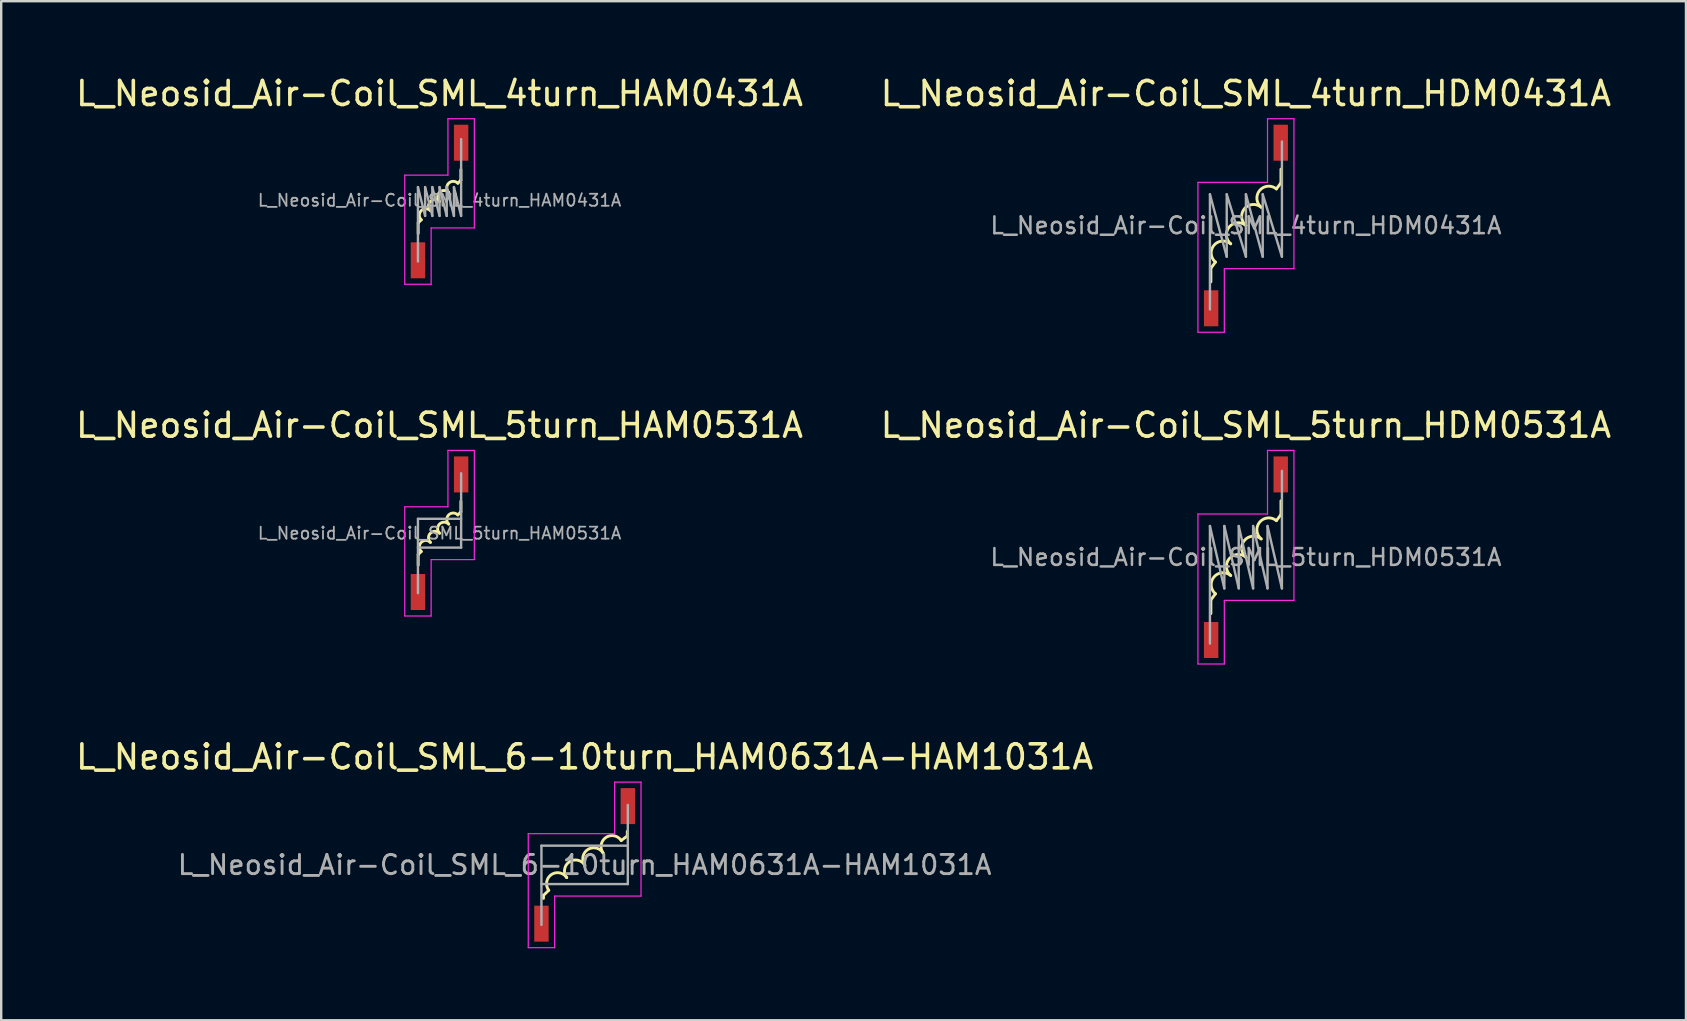
<source format=kicad_pcb>
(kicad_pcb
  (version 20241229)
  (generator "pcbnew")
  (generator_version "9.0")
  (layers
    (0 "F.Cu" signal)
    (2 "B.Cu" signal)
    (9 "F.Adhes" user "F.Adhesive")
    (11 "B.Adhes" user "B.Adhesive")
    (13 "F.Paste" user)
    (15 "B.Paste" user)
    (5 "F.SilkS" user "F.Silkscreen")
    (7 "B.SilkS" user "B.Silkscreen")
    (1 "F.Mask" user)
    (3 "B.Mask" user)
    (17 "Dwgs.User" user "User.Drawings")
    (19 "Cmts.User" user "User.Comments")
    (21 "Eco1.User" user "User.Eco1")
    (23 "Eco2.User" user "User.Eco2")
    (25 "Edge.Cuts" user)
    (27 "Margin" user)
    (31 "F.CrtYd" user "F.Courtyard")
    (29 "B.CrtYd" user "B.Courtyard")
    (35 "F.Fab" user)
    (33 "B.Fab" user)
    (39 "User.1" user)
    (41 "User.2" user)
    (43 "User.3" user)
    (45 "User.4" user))
  (footprint "L_Neosid_Air-Coil_SML_4turn_HDM0431A"
    (layer "F.Cu")
    (at 48.875 6.348)
    (property "Reference" "L_Neosid_Air-Coil_SML_4turn_HDM0431A" (at 0 -5.5 0) (layer "F.SilkS") (effects (font (size 1 1) (thickness 0.15))))
    (attr smd)
    (fp_line (start -1.46 1.778) (end -1.46 2.349) (stroke (width 0.12) (type solid)) (layer "F.SilkS"))
    (fp_line (start -1.27 1.524) (end -1.46 1.778) (stroke (width 0.12) (type solid)) (layer "F.SilkS"))
    (fp_line (start 1.46 -1.778) (end 1.27 -1.524) (stroke (width 0.12) (type solid)) (layer "F.SilkS"))
    (fp_line (start 1.46 -1.778) (end 1.46 -2.349) (stroke (width 0.12) (type solid)) (layer "F.SilkS"))
    (fp_arc (start -1.269998 1.523998) (mid -1.333498 0.8255) (end -0.635 0.762) (stroke (width 0.12) (type solid)) (layer "F.SilkS"))
    (fp_arc (start -0.634998 0.761998) (mid -0.698498 0.0635) (end 0 0) (stroke (width 0.12) (type solid)) (layer "F.SilkS"))
    (fp_arc (start 0.000002 -0.000002) (mid -0.063498 -0.6985) (end 0.635 -0.762) (stroke (width 0.12) (type solid)) (layer "F.SilkS"))
    (fp_arc (start 0.635002 -0.762002) (mid 0.571502 -1.4605) (end 1.27 -1.524) (stroke (width 0.12) (type solid)) (layer "F.SilkS"))
    (fp_line (start -2 -1.8) (end -2 4.45) (stroke (width 0.05) (type solid)) (layer "F.CrtYd"))
    (fp_line (start -2 4.45) (end -0.9 4.45) (stroke (width 0.05) (type solid)) (layer "F.CrtYd"))
    (fp_line (start -0.9 1.8) (end 2 1.8) (stroke (width 0.05) (type solid)) (layer "F.CrtYd"))
    (fp_line (start -0.9 4.45) (end -0.9 1.8) (stroke (width 0.05) (type solid)) (layer "F.CrtYd"))
    (fp_line (start 0.9 -4.45) (end 0.9 -1.8) (stroke (width 0.05) (type solid)) (layer "F.CrtYd"))
    (fp_line (start 0.9 -1.8) (end -2 -1.8) (stroke (width 0.05) (type solid)) (layer "F.CrtYd"))
    (fp_line (start 2 -4.45) (end 0.9 -4.45) (stroke (width 0.05) (type solid)) (layer "F.CrtYd"))
    (fp_line (start 2 1.8) (end 2 -4.45) (stroke (width 0.05) (type solid)) (layer "F.CrtYd"))
    (fp_line (start -1.5 -1.3) (end -0.8 1.3) (stroke (width 0.1) (type solid)) (layer "F.Fab"))
    (fp_line (start -1.5 3.5) (end -1.5 -1.3) (stroke (width 0.1) (type solid)) (layer "F.Fab"))
    (fp_line (start -0.8 -1.3) (end 0 1.3) (stroke (width 0.1) (type solid)) (layer "F.Fab"))
    (fp_line (start -0.8 1.3) (end -0.8 -1.3) (stroke (width 0.1) (type solid)) (layer "F.Fab"))
    (fp_line (start 0 -1.3) (end 0.7 1.3) (stroke (width 0.1) (type solid)) (layer "F.Fab"))
    (fp_line (start 0 1.3) (end 0 -1.3) (stroke (width 0.1) (type solid)) (layer "F.Fab"))
    (fp_line (start 0.7 -1.3) (end 1.5 1.3) (stroke (width 0.1) (type solid)) (layer "F.Fab"))
    (fp_line (start 0.7 1.3) (end 0.7 -1.3) (stroke (width 0.1) (type solid)) (layer "F.Fab"))
    (fp_line (start 1.5 1.3) (end 1.5 -3.5) (stroke (width 0.1) (type solid)) (layer "F.Fab"))
    (fp_text user "${REFERENCE}" (at 0 0 0) (layer "F.Fab") (effects (font (size 0.7 0.7) (thickness 0.105))))
    (pad "1" smd rect (at -1.45 3.45) (size 0.6 1.5) (layers "F.Cu" "F.Mask" "F.Paste"))
    (pad "2" smd rect (at 1.45 -3.45) (size 0.6 1.5) (layers "F.Cu" "F.Mask" "F.Paste")))
  (footprint "L_Neosid_Air-Coil_SML_6-10turn_HAM0631A-HAM1031A"
    (layer "F.Cu")
    (at 21.315 32.995)
    (property "Reference" "L_Neosid_Air-Coil_SML_6-10turn_HAM0631A-HAM1031A" (at 0 -4.5 0) (layer "F.SilkS") (effects (font (size 1 1) (thickness 0.15))))
    (attr smd)
    (fp_line (start -1.714 1.27) (end -1.714 1.397) (stroke (width 0.12) (type solid)) (layer "F.SilkS"))
    (fp_line (start -1.495 1.057) (end -1.714 1.27) (stroke (width 0.12) (type solid)) (layer "F.SilkS"))
    (fp_line (start 1.524 -1.016) (end 1.778 -1.206) (stroke (width 0.12) (type solid)) (layer "F.SilkS"))
    (fp_line (start 1.778 -1.206) (end 1.778 -1.397) (stroke (width 0.12) (type solid)) (layer "F.SilkS"))
    (fp_arc (start -1.494644 1.057486) (mid -1.392794 0.408938) (end -0.747322 0.528743) (stroke (width 0.12) (type solid)) (layer "F.SilkS"))
    (fp_arc (start -0.747322 0.528743) (mid -0.645472 -0.119805) (end 0 0) (stroke (width 0.12) (type solid)) (layer "F.SilkS"))
    (fp_arc (start 0.014678 0.020743) (mid 0.116528 -0.627805) (end 0.762 -0.508) (stroke (width 0.12) (type solid)) (layer "F.SilkS"))
    (fp_arc (start 0.776678 -0.487257) (mid 0.878528 -1.135805) (end 1.524 -1.016) (stroke (width 0.12) (type solid)) (layer "F.SilkS"))
    (fp_line (start -2.35 -1.3) (end -2.35 3.45) (stroke (width 0.05) (type solid)) (layer "F.CrtYd"))
    (fp_line (start -2.35 3.45) (end -1.25 3.45) (stroke (width 0.05) (type solid)) (layer "F.CrtYd"))
    (fp_line (start -1.25 1.3) (end 2.35 1.3) (stroke (width 0.05) (type solid)) (layer "F.CrtYd"))
    (fp_line (start -1.25 3.45) (end -1.25 1.3) (stroke (width 0.05) (type solid)) (layer "F.CrtYd"))
    (fp_line (start 1.25 -3.45) (end 1.25 -1.3) (stroke (width 0.05) (type solid)) (layer "F.CrtYd"))
    (fp_line (start 1.25 -1.3) (end -2.35 -1.3) (stroke (width 0.05) (type solid)) (layer "F.CrtYd"))
    (fp_line (start 2.35 -3.45) (end 1.25 -3.45) (stroke (width 0.05) (type solid)) (layer "F.CrtYd"))
    (fp_line (start 2.35 1.3) (end 2.35 -3.45) (stroke (width 0.05) (type solid)) (layer "F.CrtYd"))
    (fp_line (start -1.8 -0.8) (end -1.8 2.5) (stroke (width 0.1) (type solid)) (layer "F.Fab"))
    (fp_line (start -1.8 -0.8) (end 1.8 -0.8) (stroke (width 0.1) (type solid)) (layer "F.Fab"))
    (fp_line (start 1.8 0.8) (end -1.8 0.8) (stroke (width 0.1) (type solid)) (layer "F.Fab"))
    (fp_line (start 1.8 0.8) (end 1.8 -2.5) (stroke (width 0.1) (type solid)) (layer "F.Fab"))
    (fp_text user "${REFERENCE}" (at 0 0 0) (layer "F.Fab") (effects (font (size 0.8 0.8) (thickness 0.12))))
    (pad "1" smd rect (at -1.8 2.45) (size 0.6 1.5) (layers "F.Cu" "F.Mask" "F.Paste"))
    (pad "2" smd rect (at 1.8 -2.45) (size 0.6 1.5) (layers "F.Cu" "F.Mask" "F.Paste")))
  (footprint "L_Neosid_Air-Coil_SML_5turn_HDM0531A"
    (layer "F.Cu")
    (at 48.875 20.172)
    (property "Reference" "L_Neosid_Air-Coil_SML_5turn_HDM0531A" (at 0 -5.5 0) (layer "F.SilkS") (effects (font (size 1 1) (thickness 0.15))))
    (attr smd)
    (fp_line (start -1.46 1.778) (end -1.46 2.349) (stroke (width 0.12) (type solid)) (layer "F.SilkS"))
    (fp_line (start -1.27 1.524) (end -1.46 1.778) (stroke (width 0.12) (type solid)) (layer "F.SilkS"))
    (fp_line (start 1.46 -1.778) (end 1.27 -1.524) (stroke (width 0.12) (type solid)) (layer "F.SilkS"))
    (fp_line (start 1.46 -1.778) (end 1.46 -2.349) (stroke (width 0.12) (type solid)) (layer "F.SilkS"))
    (fp_arc (start -1.269998 1.523998) (mid -1.333498 0.8255) (end -0.635 0.762) (stroke (width 0.12) (type solid)) (layer "F.SilkS"))
    (fp_arc (start -0.634998 0.761998) (mid -0.698498 0.0635) (end 0 0) (stroke (width 0.12) (type solid)) (layer "F.SilkS"))
    (fp_arc (start 0.000002 -0.000002) (mid -0.063498 -0.6985) (end 0.635 -0.762) (stroke (width 0.12) (type solid)) (layer "F.SilkS"))
    (fp_arc (start 0.635002 -0.762002) (mid 0.571502 -1.4605) (end 1.27 -1.524) (stroke (width 0.12) (type solid)) (layer "F.SilkS"))
    (fp_line (start -2 -1.8) (end -2 4.45) (stroke (width 0.05) (type solid)) (layer "F.CrtYd"))
    (fp_line (start -2 4.45) (end -0.9 4.45) (stroke (width 0.05) (type solid)) (layer "F.CrtYd"))
    (fp_line (start -0.9 1.8) (end 2 1.8) (stroke (width 0.05) (type solid)) (layer "F.CrtYd"))
    (fp_line (start -0.9 4.45) (end -0.9 1.8) (stroke (width 0.05) (type solid)) (layer "F.CrtYd"))
    (fp_line (start 0.9 -4.45) (end 0.9 -1.8) (stroke (width 0.05) (type solid)) (layer "F.CrtYd"))
    (fp_line (start 0.9 -1.8) (end -2 -1.8) (stroke (width 0.05) (type solid)) (layer "F.CrtYd"))
    (fp_line (start 2 -4.45) (end 0.9 -4.45) (stroke (width 0.05) (type solid)) (layer "F.CrtYd"))
    (fp_line (start 2 1.8) (end 2 -4.45) (stroke (width 0.05) (type solid)) (layer "F.CrtYd"))
    (fp_line (start -1.5 -1.3) (end -0.9 1.3) (stroke (width 0.1) (type solid)) (layer "F.Fab"))
    (fp_line (start -1.5 3.6) (end -1.5 -1.3) (stroke (width 0.1) (type solid)) (layer "F.Fab"))
    (fp_line (start -0.9 -1.3) (end -0.3 1.3) (stroke (width 0.1) (type solid)) (layer "F.Fab"))
    (fp_line (start -0.9 1.3) (end -0.9 -1.3) (stroke (width 0.1) (type solid)) (layer "F.Fab"))
    (fp_line (start -0.3 -1.3) (end 0.3 1.3) (stroke (width 0.1) (type solid)) (layer "F.Fab"))
    (fp_line (start -0.3 1.3) (end -0.3 -1.3) (stroke (width 0.1) (type solid)) (layer "F.Fab"))
    (fp_line (start 0.3 -1.3) (end 0.9 1.3) (stroke (width 0.1) (type solid)) (layer "F.Fab"))
    (fp_line (start 0.3 1.3) (end 0.3 -1.3) (stroke (width 0.1) (type solid)) (layer "F.Fab"))
    (fp_line (start 0.9 -1.3) (end 1.5 1.3) (stroke (width 0.1) (type solid)) (layer "F.Fab"))
    (fp_line (start 0.9 1.3) (end 0.9 -1.3) (stroke (width 0.1) (type solid)) (layer "F.Fab"))
    (fp_line (start 1.5 1.3) (end 1.5 -3.6) (stroke (width 0.1) (type solid)) (layer "F.Fab"))
    (fp_text user "${REFERENCE}" (at 0 0 0) (layer "F.Fab") (effects (font (size 0.7 0.7) (thickness 0.105))))
    (pad "1" smd rect (at -1.45 3.45) (size 0.6 1.5) (layers "F.Cu" "F.Mask" "F.Paste"))
    (pad "2" smd rect (at 1.45 -3.45) (size 0.6 1.5) (layers "F.Cu" "F.Mask" "F.Paste")))
  (footprint "L_Neosid_Air-Coil_SML_5turn_HAM0531A"
    (layer "F.Cu")
    (at 15.268 19.172)
    (property "Reference" "L_Neosid_Air-Coil_SML_5turn_HAM0531A" (at 0 -4.5 0) (layer "F.SilkS") (effects (font (size 1 1) (thickness 0.15))))
    (attr smd)
    (fp_line (start -0.889 0.889) (end -0.762 0.762) (stroke (width 0.12) (type solid)) (layer "F.SilkS"))
    (fp_line (start -0.889 1.333) (end -0.889 0.889) (stroke (width 0.12) (type solid)) (layer "F.SilkS"))
    (fp_line (start 0.762 -0.762) (end 0.889 -0.889) (stroke (width 0.12) (type solid)) (layer "F.SilkS"))
    (fp_line (start 0.889 -0.889) (end 0.889 -1.333) (stroke (width 0.12) (type solid)) (layer "F.SilkS"))
    (fp_arc (start -0.761996 0.761996) (mid -0.761996 0.380998) (end -0.380998 0.380998) (stroke (width 0.12) (type solid)) (layer "F.SilkS"))
    (fp_arc (start -0.380998 0.380998) (mid -0.380998 0) (end 0 0) (stroke (width 0.12) (type solid)) (layer "F.SilkS"))
    (fp_arc (start 0.000002 -0.000002) (mid 0.000002 -0.381) (end 0.381 -0.381) (stroke (width 0.12) (type solid)) (layer "F.SilkS"))
    (fp_arc (start 0.381002 -0.381002) (mid 0.381002 -0.762) (end 0.762 -0.762) (stroke (width 0.12) (type solid)) (layer "F.SilkS"))
    (fp_line (start -1.45 -1.1) (end -1.45 3.45) (stroke (width 0.05) (type solid)) (layer "F.CrtYd"))
    (fp_line (start -1.45 3.45) (end -0.35 3.45) (stroke (width 0.05) (type solid)) (layer "F.CrtYd"))
    (fp_line (start -0.35 1.1) (end 1.45 1.1) (stroke (width 0.05) (type solid)) (layer "F.CrtYd"))
    (fp_line (start -0.35 3.45) (end -0.35 1.1) (stroke (width 0.05) (type solid)) (layer "F.CrtYd"))
    (fp_line (start 0.35 -3.45) (end 0.35 -1.1) (stroke (width 0.05) (type solid)) (layer "F.CrtYd"))
    (fp_line (start 0.35 -1.1) (end -1.45 -1.1) (stroke (width 0.05) (type solid)) (layer "F.CrtYd"))
    (fp_line (start 1.45 -3.45) (end 0.35 -3.45) (stroke (width 0.05) (type solid)) (layer "F.CrtYd"))
    (fp_line (start 1.45 1.1) (end 1.45 -3.45) (stroke (width 0.05) (type solid)) (layer "F.CrtYd"))
    (fp_line (start -0.9 -0.6) (end 0.9 -0.6) (stroke (width 0.1) (type solid)) (layer "F.Fab"))
    (fp_line (start -0.9 2.5) (end -0.9 -0.6) (stroke (width 0.1) (type solid)) (layer "F.Fab"))
    (fp_line (start 0.9 -2.5) (end 0.9 0.6) (stroke (width 0.1) (type solid)) (layer "F.Fab"))
    (fp_line (start 0.9 0.6) (end -0.9 0.6) (stroke (width 0.1) (type solid)) (layer "F.Fab"))
    (fp_text user "${REFERENCE}" (at 0 0 0) (layer "F.Fab") (effects (font (size 0.5 0.5) (thickness 0.075))))
    (pad "1" smd rect (at -0.9 2.45) (size 0.6 1.5) (layers "F.Cu" "F.Mask" "F.Paste"))
    (pad "2" smd rect (at 0.9 -2.45) (size 0.6 1.5) (layers "F.Cu" "F.Mask" "F.Paste")))
  (footprint "L_Neosid_Air-Coil_SML_4turn_HAM0431A"
    (layer "F.Cu")
    (at 15.268 5.348)
    (property "Reference" "L_Neosid_Air-Coil_SML_4turn_HAM0431A" (at 0 -4.5 0) (layer "F.SilkS") (effects (font (size 1 1) (thickness 0.15))))
    (attr smd)
    (fp_line (start -0.889 0.889) (end -0.762 0.762) (stroke (width 0.12) (type solid)) (layer "F.SilkS"))
    (fp_line (start -0.889 1.333) (end -0.889 0.889) (stroke (width 0.12) (type solid)) (layer "F.SilkS"))
    (fp_line (start 0.762 -0.762) (end 0.889 -0.889) (stroke (width 0.12) (type solid)) (layer "F.SilkS"))
    (fp_line (start 0.889 -0.889) (end 0.889 -1.333) (stroke (width 0.12) (type solid)) (layer "F.SilkS"))
    (fp_arc (start -0.761996 0.761996) (mid -0.761996 0.380998) (end -0.380998 0.380998) (stroke (width 0.12) (type solid)) (layer "F.SilkS"))
    (fp_arc (start -0.380998 0.380998) (mid -0.380998 0) (end 0 0) (stroke (width 0.12) (type solid)) (layer "F.SilkS"))
    (fp_arc (start 0.000002 -0.000002) (mid 0.000002 -0.381) (end 0.381 -0.381) (stroke (width 0.12) (type solid)) (layer "F.SilkS"))
    (fp_arc (start 0.381002 -0.381002) (mid 0.381002 -0.762) (end 0.762 -0.762) (stroke (width 0.12) (type solid)) (layer "F.SilkS"))
    (fp_line (start -1.45 -1.1) (end -1.45 3.45) (stroke (width 0.05) (type solid)) (layer "F.CrtYd"))
    (fp_line (start -1.45 3.45) (end -0.35 3.45) (stroke (width 0.05) (type solid)) (layer "F.CrtYd"))
    (fp_line (start -0.35 1.1) (end 1.45 1.1) (stroke (width 0.05) (type solid)) (layer "F.CrtYd"))
    (fp_line (start -0.35 3.45) (end -0.35 1.1) (stroke (width 0.05) (type solid)) (layer "F.CrtYd"))
    (fp_line (start 0.35 -3.45) (end 0.35 -1.1) (stroke (width 0.05) (type solid)) (layer "F.CrtYd"))
    (fp_line (start 0.35 -1.1) (end -1.45 -1.1) (stroke (width 0.05) (type solid)) (layer "F.CrtYd"))
    (fp_line (start 1.45 -3.45) (end 0.35 -3.45) (stroke (width 0.05) (type solid)) (layer "F.CrtYd"))
    (fp_line (start 1.45 1.1) (end 1.45 -3.45) (stroke (width 0.05) (type solid)) (layer "F.CrtYd"))
    (fp_line (start -0.9 -0.6) (end -0.6 0.6) (stroke (width 0.1) (type solid)) (layer "F.Fab"))
    (fp_line (start -0.9 2.5) (end -0.9 -0.6) (stroke (width 0.1) (type solid)) (layer "F.Fab"))
    (fp_line (start -0.6 -0.6) (end -0.3 0.6) (stroke (width 0.1) (type solid)) (layer "F.Fab"))
    (fp_line (start -0.6 0.6) (end -0.6 -0.6) (stroke (width 0.1) (type solid)) (layer "F.Fab"))
    (fp_line (start -0.3 -0.6) (end 0 0.6) (stroke (width 0.1) (type solid)) (layer "F.Fab"))
    (fp_line (start -0.3 0.6) (end -0.3 -0.6) (stroke (width 0.1) (type solid)) (layer "F.Fab"))
    (fp_line (start 0 0.6) (end 0 -0.6) (stroke (width 0.1) (type solid)) (layer "F.Fab"))
    (fp_line (start 0.3 -0.6) (end 0.3 0.6) (stroke (width 0.1) (type solid)) (layer "F.Fab"))
    (fp_line (start 0.3 -0.6) (end 0.6 0.6) (stroke (width 0.1) (type solid)) (layer "F.Fab"))
    (fp_line (start 0.3 0.6) (end 0 -0.6) (stroke (width 0.1) (type solid)) (layer "F.Fab"))
    (fp_line (start 0.6 -0.6) (end 0.9 0.6) (stroke (width 0.1) (type solid)) (layer "F.Fab"))
    (fp_line (start 0.6 0.6) (end 0.6 -0.6) (stroke (width 0.1) (type solid)) (layer "F.Fab"))
    (fp_line (start 0.9 0.6) (end 0.9 -2.6) (stroke (width 0.1) (type solid)) (layer "F.Fab"))
    (fp_text user "${REFERENCE}" (at 0 -0.05 0) (layer "F.Fab") (effects (font (size 0.5 0.5) (thickness 0.075))))
    (pad "1" smd rect (at -0.9 2.45) (size 0.6 1.5) (layers "F.Cu" "F.Mask" "F.Paste"))
    (pad "2" smd rect (at 0.9 -2.45) (size 0.6 1.5) (layers "F.Cu" "F.Mask" "F.Paste")))
  (gr_rect
    (start -3 -3)
    (end 67.214 39.47)
    (stroke (width 0.1) (type default))
    (fill no)
    (layer "Edge.Cuts")))
</source>
